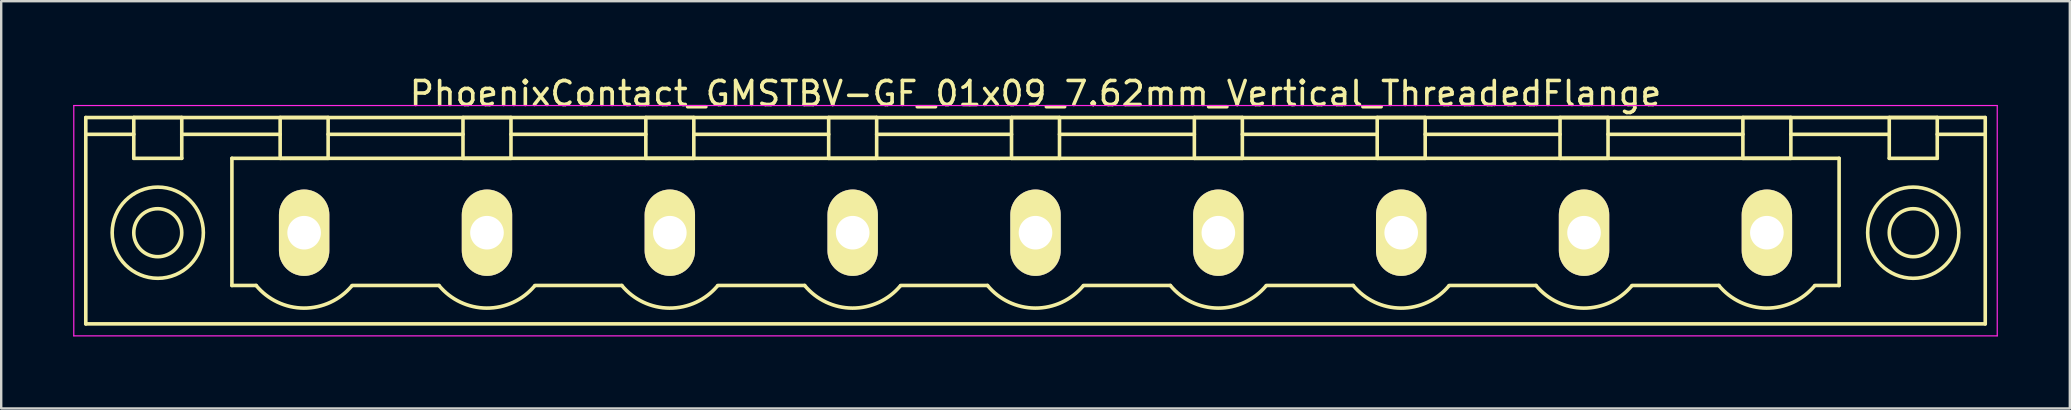
<source format=kicad_pcb>
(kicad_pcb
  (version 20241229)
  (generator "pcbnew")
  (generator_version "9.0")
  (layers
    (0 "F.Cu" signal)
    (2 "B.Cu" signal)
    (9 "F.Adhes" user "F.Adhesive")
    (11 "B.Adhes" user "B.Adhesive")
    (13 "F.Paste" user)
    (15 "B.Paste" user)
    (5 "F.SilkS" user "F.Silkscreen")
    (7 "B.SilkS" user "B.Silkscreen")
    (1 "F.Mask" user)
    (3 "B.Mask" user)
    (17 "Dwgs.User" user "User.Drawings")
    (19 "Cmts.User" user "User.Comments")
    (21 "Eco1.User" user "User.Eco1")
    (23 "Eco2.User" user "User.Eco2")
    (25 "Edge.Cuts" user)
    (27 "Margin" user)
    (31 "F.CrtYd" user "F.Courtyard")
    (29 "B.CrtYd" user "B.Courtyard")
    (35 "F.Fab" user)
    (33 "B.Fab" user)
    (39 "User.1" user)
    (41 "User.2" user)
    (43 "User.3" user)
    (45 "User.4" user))
  (footprint "PhoenixContact_GMSTBV-GF_01x09_7.62mm_Vertical_ThreadedFlange"
    (layer "F.Cu")
    (at 9.625 6.648)
    (property "Reference" "PhoenixContact_GMSTBV-GF_01x09_7.62mm_Vertical_ThreadedFlange" (at 30.48 -5.8 0) (layer "F.SilkS") (effects (font (size 1 1) (thickness 0.15))))
    (attr through_hole)
    (fp_line (start -9.1 -4.8) (end -9.1 3.8) (stroke (width 0.15) (type solid)) (layer "F.SilkS"))
    (fp_line (start -9.1 -4.1) (end -7.1 -4.1) (stroke (width 0.15) (type solid)) (layer "F.SilkS"))
    (fp_line (start -9.1 3.8) (end 70.06 3.8) (stroke (width 0.15) (type solid)) (layer "F.SilkS"))
    (fp_line (start -7.1 -4.8) (end -5.1 -4.8) (stroke (width 0.15) (type solid)) (layer "F.SilkS"))
    (fp_line (start -7.1 -3.1) (end -7.1 -4.8) (stroke (width 0.15) (type solid)) (layer "F.SilkS"))
    (fp_line (start -5.1 -4.8) (end -5.1 -3.1) (stroke (width 0.15) (type solid)) (layer "F.SilkS"))
    (fp_line (start -5.1 -4.1) (end -1 -4.1) (stroke (width 0.15) (type solid)) (layer "F.SilkS"))
    (fp_line (start -5.1 -3.1) (end -7.1 -3.1) (stroke (width 0.15) (type solid)) (layer "F.SilkS"))
    (fp_line (start -3.01 -3.1) (end 63.97 -3.1) (stroke (width 0.15) (type solid)) (layer "F.SilkS"))
    (fp_line (start -3.01 2.2) (end -3.01 -3.1) (stroke (width 0.15) (type solid)) (layer "F.SilkS"))
    (fp_line (start -2 2.2) (end -3.01 2.2) (stroke (width 0.15) (type solid)) (layer "F.SilkS"))
    (fp_line (start -1 -4.8) (end 1 -4.8) (stroke (width 0.15) (type solid)) (layer "F.SilkS"))
    (fp_line (start -1 -3.1) (end -1 -4.8) (stroke (width 0.15) (type solid)) (layer "F.SilkS"))
    (fp_line (start 1 -4.8) (end 1 -3.1) (stroke (width 0.15) (type solid)) (layer "F.SilkS"))
    (fp_line (start 1 -4.1) (end 6.62 -4.1) (stroke (width 0.15) (type solid)) (layer "F.SilkS"))
    (fp_line (start 1 -3.1) (end -1 -3.1) (stroke (width 0.15) (type solid)) (layer "F.SilkS"))
    (fp_line (start 2 2.2) (end 5.62 2.2) (stroke (width 0.15) (type solid)) (layer "F.SilkS"))
    (fp_line (start 6.62 -4.8) (end 8.62 -4.8) (stroke (width 0.15) (type solid)) (layer "F.SilkS"))
    (fp_line (start 6.62 -3.1) (end 6.62 -4.8) (stroke (width 0.15) (type solid)) (layer "F.SilkS"))
    (fp_line (start 8.62 -4.8) (end 8.62 -3.1) (stroke (width 0.15) (type solid)) (layer "F.SilkS"))
    (fp_line (start 8.62 -4.1) (end 14.24 -4.1) (stroke (width 0.15) (type solid)) (layer "F.SilkS"))
    (fp_line (start 8.62 -3.1) (end 6.62 -3.1) (stroke (width 0.15) (type solid)) (layer "F.SilkS"))
    (fp_line (start 9.62 2.2) (end 13.24 2.2) (stroke (width 0.15) (type solid)) (layer "F.SilkS"))
    (fp_line (start 14.24 -4.8) (end 16.24 -4.8) (stroke (width 0.15) (type solid)) (layer "F.SilkS"))
    (fp_line (start 14.24 -3.1) (end 14.24 -4.8) (stroke (width 0.15) (type solid)) (layer "F.SilkS"))
    (fp_line (start 16.24 -4.8) (end 16.24 -3.1) (stroke (width 0.15) (type solid)) (layer "F.SilkS"))
    (fp_line (start 16.24 -4.1) (end 21.86 -4.1) (stroke (width 0.15) (type solid)) (layer "F.SilkS"))
    (fp_line (start 16.24 -3.1) (end 14.24 -3.1) (stroke (width 0.15) (type solid)) (layer "F.SilkS"))
    (fp_line (start 17.24 2.2) (end 20.86 2.2) (stroke (width 0.15) (type solid)) (layer "F.SilkS"))
    (fp_line (start 21.86 -4.8) (end 23.86 -4.8) (stroke (width 0.15) (type solid)) (layer "F.SilkS"))
    (fp_line (start 21.86 -3.1) (end 21.86 -4.8) (stroke (width 0.15) (type solid)) (layer "F.SilkS"))
    (fp_line (start 23.86 -4.8) (end 23.86 -3.1) (stroke (width 0.15) (type solid)) (layer "F.SilkS"))
    (fp_line (start 23.86 -4.1) (end 29.48 -4.1) (stroke (width 0.15) (type solid)) (layer "F.SilkS"))
    (fp_line (start 23.86 -3.1) (end 21.86 -3.1) (stroke (width 0.15) (type solid)) (layer "F.SilkS"))
    (fp_line (start 24.86 2.2) (end 28.48 2.2) (stroke (width 0.15) (type solid)) (layer "F.SilkS"))
    (fp_line (start 29.48 -4.8) (end 31.48 -4.8) (stroke (width 0.15) (type solid)) (layer "F.SilkS"))
    (fp_line (start 29.48 -3.1) (end 29.48 -4.8) (stroke (width 0.15) (type solid)) (layer "F.SilkS"))
    (fp_line (start 31.48 -4.8) (end 31.48 -3.1) (stroke (width 0.15) (type solid)) (layer "F.SilkS"))
    (fp_line (start 31.48 -4.1) (end 37.1 -4.1) (stroke (width 0.15) (type solid)) (layer "F.SilkS"))
    (fp_line (start 31.48 -3.1) (end 29.48 -3.1) (stroke (width 0.15) (type solid)) (layer "F.SilkS"))
    (fp_line (start 32.48 2.2) (end 36.1 2.2) (stroke (width 0.15) (type solid)) (layer "F.SilkS"))
    (fp_line (start 37.1 -4.8) (end 39.1 -4.8) (stroke (width 0.15) (type solid)) (layer "F.SilkS"))
    (fp_line (start 37.1 -3.1) (end 37.1 -4.8) (stroke (width 0.15) (type solid)) (layer "F.SilkS"))
    (fp_line (start 39.1 -4.8) (end 39.1 -3.1) (stroke (width 0.15) (type solid)) (layer "F.SilkS"))
    (fp_line (start 39.1 -4.1) (end 44.72 -4.1) (stroke (width 0.15) (type solid)) (layer "F.SilkS"))
    (fp_line (start 39.1 -3.1) (end 37.1 -3.1) (stroke (width 0.15) (type solid)) (layer "F.SilkS"))
    (fp_line (start 40.1 2.2) (end 43.72 2.2) (stroke (width 0.15) (type solid)) (layer "F.SilkS"))
    (fp_line (start 44.72 -4.8) (end 46.72 -4.8) (stroke (width 0.15) (type solid)) (layer "F.SilkS"))
    (fp_line (start 44.72 -3.1) (end 44.72 -4.8) (stroke (width 0.15) (type solid)) (layer "F.SilkS"))
    (fp_line (start 46.72 -4.8) (end 46.72 -3.1) (stroke (width 0.15) (type solid)) (layer "F.SilkS"))
    (fp_line (start 46.72 -4.1) (end 52.34 -4.1) (stroke (width 0.15) (type solid)) (layer "F.SilkS"))
    (fp_line (start 46.72 -3.1) (end 44.72 -3.1) (stroke (width 0.15) (type solid)) (layer "F.SilkS"))
    (fp_line (start 47.72 2.2) (end 51.34 2.2) (stroke (width 0.15) (type solid)) (layer "F.SilkS"))
    (fp_line (start 52.34 -4.8) (end 54.34 -4.8) (stroke (width 0.15) (type solid)) (layer "F.SilkS"))
    (fp_line (start 52.34 -3.1) (end 52.34 -4.8) (stroke (width 0.15) (type solid)) (layer "F.SilkS"))
    (fp_line (start 54.34 -4.8) (end 54.34 -3.1) (stroke (width 0.15) (type solid)) (layer "F.SilkS"))
    (fp_line (start 54.34 -4.1) (end 59.96 -4.1) (stroke (width 0.15) (type solid)) (layer "F.SilkS"))
    (fp_line (start 54.34 -3.1) (end 52.34 -3.1) (stroke (width 0.15) (type solid)) (layer "F.SilkS"))
    (fp_line (start 55.34 2.2) (end 58.96 2.2) (stroke (width 0.15) (type solid)) (layer "F.SilkS"))
    (fp_line (start 59.96 -4.8) (end 61.96 -4.8) (stroke (width 0.15) (type solid)) (layer "F.SilkS"))
    (fp_line (start 59.96 -3.1) (end 59.96 -4.8) (stroke (width 0.15) (type solid)) (layer "F.SilkS"))
    (fp_line (start 61.96 -4.8) (end 61.96 -3.1) (stroke (width 0.15) (type solid)) (layer "F.SilkS"))
    (fp_line (start 61.96 -4.1) (end 66.06 -4.1) (stroke (width 0.15) (type solid)) (layer "F.SilkS"))
    (fp_line (start 61.96 -3.1) (end 59.96 -3.1) (stroke (width 0.15) (type solid)) (layer "F.SilkS"))
    (fp_line (start 63.97 -3.1) (end 63.97 2.2) (stroke (width 0.15) (type solid)) (layer "F.SilkS"))
    (fp_line (start 63.97 2.2) (end 62.96 2.2) (stroke (width 0.15) (type solid)) (layer "F.SilkS"))
    (fp_line (start 66.06 -4.8) (end 68.06 -4.8) (stroke (width 0.15) (type solid)) (layer "F.SilkS"))
    (fp_line (start 66.06 -3.1) (end 66.06 -4.8) (stroke (width 0.15) (type solid)) (layer "F.SilkS"))
    (fp_line (start 68.06 -4.8) (end 68.06 -3.1) (stroke (width 0.15) (type solid)) (layer "F.SilkS"))
    (fp_line (start 68.06 -3.1) (end 66.06 -3.1) (stroke (width 0.15) (type solid)) (layer "F.SilkS"))
    (fp_line (start 70.06 -4.8) (end -9.1 -4.8) (stroke (width 0.15) (type solid)) (layer "F.SilkS"))
    (fp_line (start 70.06 -4.1) (end 68.06 -4.1) (stroke (width 0.15) (type solid)) (layer "F.SilkS"))
    (fp_line (start 70.06 3.8) (end 70.06 -4.8) (stroke (width 0.15) (type solid)) (layer "F.SilkS"))
    (fp_arc (start 1.986842 2.215821) (mid -0.010289 3.142758) (end -2 2.2) (stroke (width 0.15) (type solid)) (layer "F.SilkS"))
    (fp_arc (start 9.606842 2.215821) (mid 7.609711 3.142758) (end 5.62 2.2) (stroke (width 0.15) (type solid)) (layer "F.SilkS"))
    (fp_arc (start 17.226842 2.215821) (mid 15.229711 3.142758) (end 13.24 2.2) (stroke (width 0.15) (type solid)) (layer "F.SilkS"))
    (fp_arc (start 24.846842 2.215821) (mid 22.849711 3.142758) (end 20.86 2.2) (stroke (width 0.15) (type solid)) (layer "F.SilkS"))
    (fp_arc (start 32.466842 2.215821) (mid 30.469711 3.142758) (end 28.48 2.2) (stroke (width 0.15) (type solid)) (layer "F.SilkS"))
    (fp_arc (start 40.086842 2.215821) (mid 38.089711 3.142758) (end 36.1 2.2) (stroke (width 0.15) (type solid)) (layer "F.SilkS"))
    (fp_arc (start 47.706842 2.215821) (mid 45.709711 3.142758) (end 43.72 2.2) (stroke (width 0.15) (type solid)) (layer "F.SilkS"))
    (fp_arc (start 55.326842 2.215821) (mid 53.329711 3.142758) (end 51.34 2.2) (stroke (width 0.15) (type solid)) (layer "F.SilkS"))
    (fp_arc (start 62.946842 2.215821) (mid 60.949711 3.142758) (end 58.96 2.2) (stroke (width 0.15) (type solid)) (layer "F.SilkS"))
    (fp_circle (center -6.1 0) (end -5.1 0) (stroke (width 0.15) (type solid)) (fill no) (layer "F.SilkS"))
    (fp_circle (center -6.1 0) (end -4.2 0) (stroke (width 0.15) (type solid)) (fill no) (layer "F.SilkS"))
    (fp_circle (center 67.06 0) (end 68.06 0) (stroke (width 0.15) (type solid)) (fill no) (layer "F.SilkS"))
    (fp_circle (center 67.06 0) (end 68.96 0) (stroke (width 0.15) (type solid)) (fill no) (layer "F.SilkS"))
    (fp_line (start -9.6 -5.3) (end -9.6 4.3) (stroke (width 0.05) (type solid)) (layer "F.CrtYd"))
    (fp_line (start -9.6 4.3) (end 70.56 4.3) (stroke (width 0.05) (type solid)) (layer "F.CrtYd"))
    (fp_line (start 70.56 -5.3) (end -9.6 -5.3) (stroke (width 0.05) (type solid)) (layer "F.CrtYd"))
    (fp_line (start 70.56 4.3) (end 70.56 -5.3) (stroke (width 0.05) (type solid)) (layer "F.CrtYd"))
    (pad "1" thru_hole oval (at 0 0) (size 2.1 3.6) (drill 1.4) (layers "*.Cu" "*.Mask" "F.SilkS"))
    (pad "2" thru_hole oval (at 7.62 0) (size 2.1 3.6) (drill 1.4) (layers "*.Cu" "*.Mask" "F.SilkS"))
    (pad "3" thru_hole oval (at 15.24 0) (size 2.1 3.6) (drill 1.4) (layers "*.Cu" "*.Mask" "F.SilkS"))
    (pad "4" thru_hole oval (at 22.86 0) (size 2.1 3.6) (drill 1.4) (layers "*.Cu" "*.Mask" "F.SilkS"))
    (pad "5" thru_hole oval (at 30.48 0) (size 2.1 3.6) (drill 1.4) (layers "*.Cu" "*.Mask" "F.SilkS"))
    (pad "6" thru_hole oval (at 38.1 0) (size 2.1 3.6) (drill 1.4) (layers "*.Cu" "*.Mask" "F.SilkS"))
    (pad "7" thru_hole oval (at 45.72 0) (size 2.1 3.6) (drill 1.4) (layers "*.Cu" "*.Mask" "F.SilkS"))
    (pad "8" thru_hole oval (at 53.34 0) (size 2.1 3.6) (drill 1.4) (layers "*.Cu" "*.Mask" "F.SilkS"))
    (pad "9" thru_hole oval (at 60.96 0) (size 2.1 3.6) (drill 1.4) (layers "*.Cu" "*.Mask" "F.SilkS")))
  (gr_rect
    (start -3 -3)
    (end 83.21 13.973)
    (stroke (width 0.1) (type default))
    (fill no)
    (layer "Edge.Cuts")))
</source>
